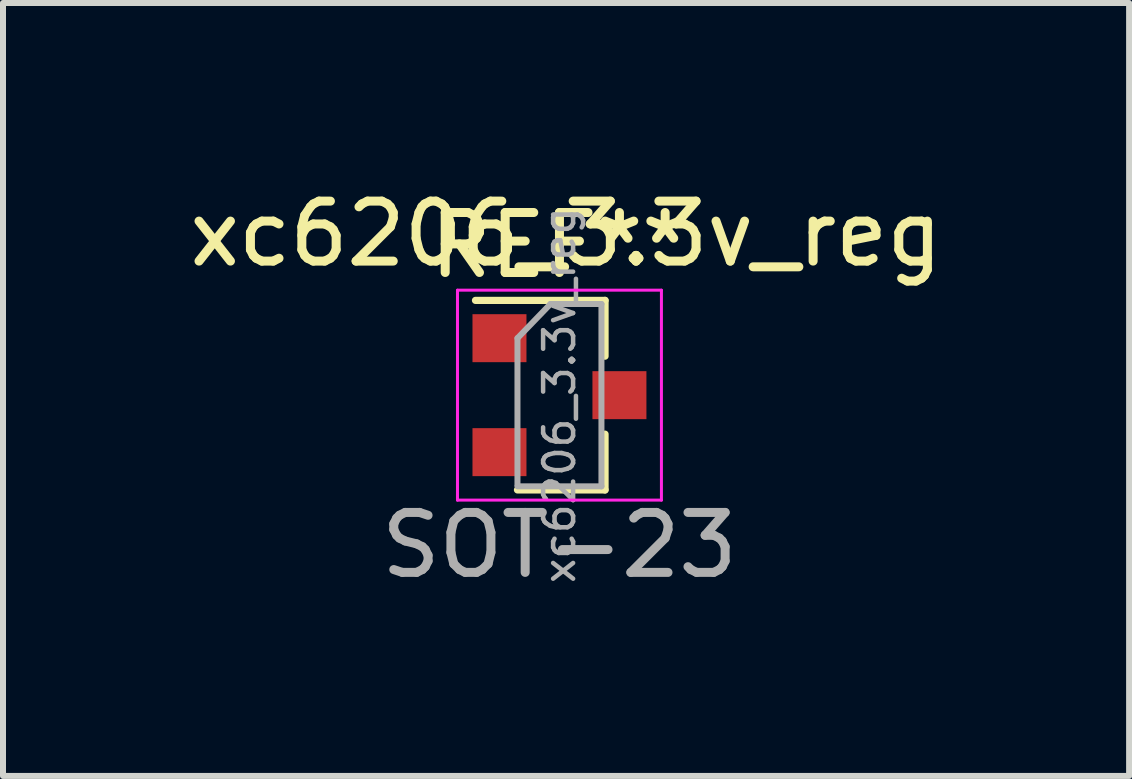
<source format=kicad_pcb>
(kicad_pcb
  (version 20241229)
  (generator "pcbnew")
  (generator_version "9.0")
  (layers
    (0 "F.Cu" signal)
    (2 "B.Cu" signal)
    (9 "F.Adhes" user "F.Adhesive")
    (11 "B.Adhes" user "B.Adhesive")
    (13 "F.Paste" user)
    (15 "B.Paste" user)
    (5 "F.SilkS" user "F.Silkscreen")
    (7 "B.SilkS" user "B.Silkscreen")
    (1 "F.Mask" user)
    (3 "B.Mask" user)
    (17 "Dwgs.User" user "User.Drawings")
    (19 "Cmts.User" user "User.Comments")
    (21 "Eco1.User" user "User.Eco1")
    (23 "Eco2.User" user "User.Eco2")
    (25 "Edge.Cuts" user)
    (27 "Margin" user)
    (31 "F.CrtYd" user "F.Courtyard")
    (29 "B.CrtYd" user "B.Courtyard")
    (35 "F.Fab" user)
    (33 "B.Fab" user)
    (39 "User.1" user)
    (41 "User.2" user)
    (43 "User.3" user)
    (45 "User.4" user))
  (footprint "xc6206_3.3v_reg"
    (layer "F.Cu")
    (at 6.387 0.348)
    (property "Reference" "xc6206_3.3v_reg" (at 0 0.5 0) (layer "F.SilkS") (effects (font (size 1 1) (thickness 0.15))))
    (attr through_hole)
    (fp_line (start 0.65 1.61) (end -1.51 1.61) (stroke (width 0.12) (type solid)) (layer "F.SilkS"))
    (fp_line (start 0.65 1.61) (end 0.65 2.54) (stroke (width 0.12) (type solid)) (layer "F.SilkS"))
    (fp_line (start 0.65 4.77) (end -0.81 4.77) (stroke (width 0.12) (type solid)) (layer "F.SilkS"))
    (fp_line (start 0.65 4.77) (end 0.65 3.84) (stroke (width 0.12) (type solid)) (layer "F.SilkS"))
    (fp_line (start -1.81 1.44) (end 1.59 1.44) (stroke (width 0.05) (type solid)) (layer "F.CrtYd"))
    (fp_line (start -1.81 4.94) (end -1.81 1.44) (stroke (width 0.05) (type solid)) (layer "F.CrtYd"))
    (fp_line (start 1.59 1.44) (end 1.59 4.94) (stroke (width 0.05) (type solid)) (layer "F.CrtYd"))
    (fp_line (start 1.59 4.94) (end -1.81 4.94) (stroke (width 0.05) (type solid)) (layer "F.CrtYd"))
    (fp_line (start -0.81 2.24) (end -0.81 4.69) (stroke (width 0.1) (type solid)) (layer "F.Fab"))
    (fp_line (start -0.81 2.24) (end -0.26 1.67) (stroke (width 0.1) (type solid)) (layer "F.Fab"))
    (fp_line (start -0.81 4.71) (end 0.59 4.71) (stroke (width 0.1) (type solid)) (layer "F.Fab"))
    (fp_line (start -0.26 1.67) (end 0.59 1.67) (stroke (width 0.1) (type solid)) (layer "F.Fab"))
    (fp_line (start 0.59 1.67) (end 0.59 4.71) (stroke (width 0.1) (type solid)) (layer "F.Fab"))
    (fp_text user "REF**" (at -0.11 0.69 0) (layer "F.SilkS") (effects (font (size 1 1) (thickness 0.15))))
    (fp_text user "SOT-23" (at -0.11 5.69 0) (layer "F.Fab") (effects (font (size 1 1) (thickness 0.15))))
    (fp_text user "${REFERENCE}" (at -0.11 3.19 90) (layer "F.Fab") (effects (font (size 0.5 0.5) (thickness 0.075))))
    (pad "1" smd rect (at -1.11 2.24) (size 0.9 0.8) (layers "F.Cu" "F.Mask" "F.Paste"))
    (pad "2" smd rect (at -1.11 4.14) (size 0.9 0.8) (layers "F.Cu" "F.Mask" "F.Paste"))
    (pad "3" smd rect (at 0.89 3.19) (size 0.9 0.8) (layers "F.Cu" "F.Mask" "F.Paste")))
  (gr_rect
    (start -3 -3)
    (end 15.774 9.886)
    (stroke (width 0.1) (type default))
    (fill no)
    (layer "Edge.Cuts")))
</source>
